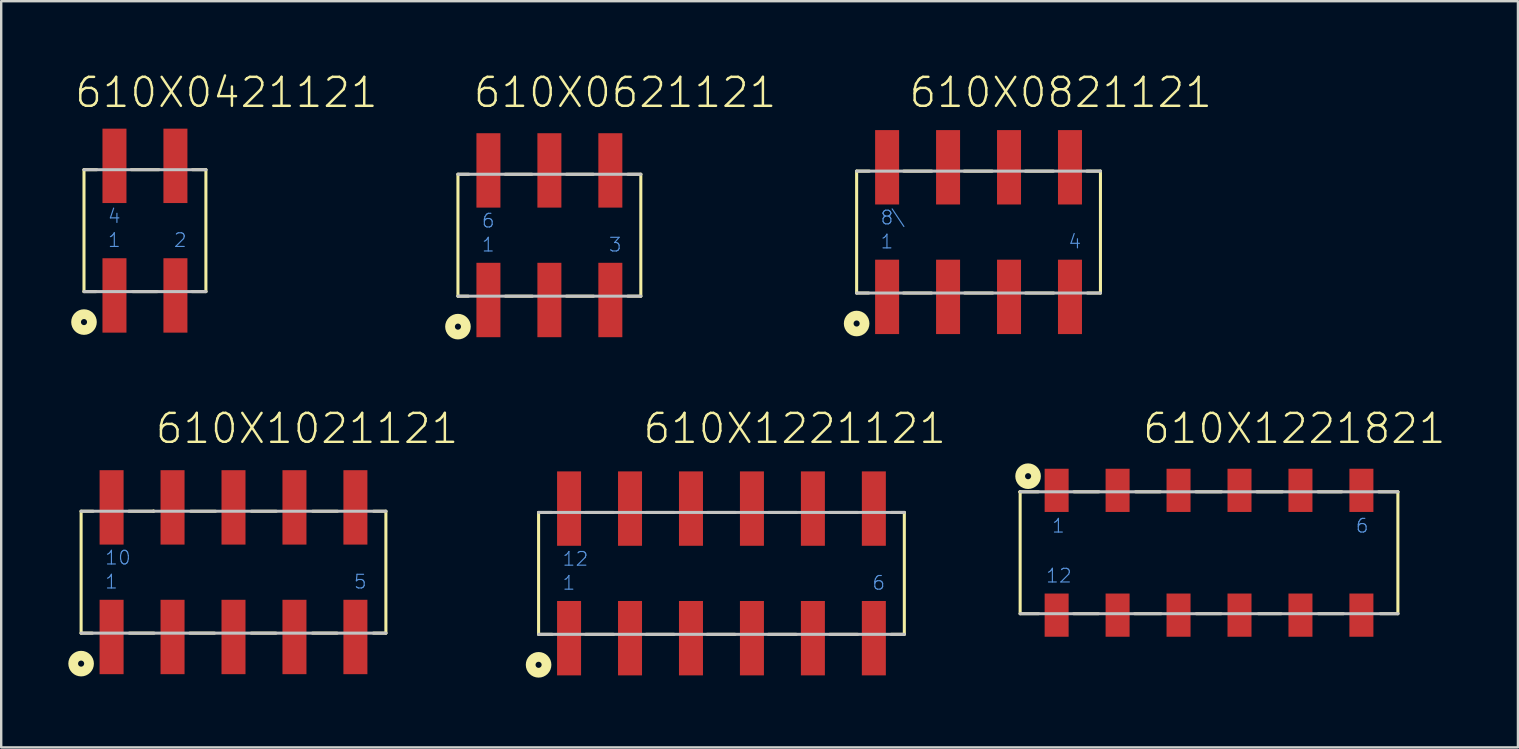
<source format=kicad_pcb>
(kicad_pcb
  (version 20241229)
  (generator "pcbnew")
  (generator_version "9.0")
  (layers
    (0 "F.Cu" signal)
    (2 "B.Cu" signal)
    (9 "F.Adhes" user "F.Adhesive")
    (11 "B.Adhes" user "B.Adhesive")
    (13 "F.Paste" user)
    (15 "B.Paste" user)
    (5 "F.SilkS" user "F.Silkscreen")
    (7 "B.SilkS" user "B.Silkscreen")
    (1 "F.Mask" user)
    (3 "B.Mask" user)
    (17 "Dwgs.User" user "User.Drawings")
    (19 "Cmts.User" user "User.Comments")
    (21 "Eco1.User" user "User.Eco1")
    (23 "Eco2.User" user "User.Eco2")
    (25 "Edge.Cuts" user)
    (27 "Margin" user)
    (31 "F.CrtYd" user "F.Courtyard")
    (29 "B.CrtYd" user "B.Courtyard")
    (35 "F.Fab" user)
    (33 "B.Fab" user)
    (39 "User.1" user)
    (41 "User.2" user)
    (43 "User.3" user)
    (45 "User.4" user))
  (footprint "610X1021121"
    (layer "F.Cu")
    (at 6.68 20.793)
    (property "Reference" "610X1021121" (at -3.32 -5.28 0) (layer "F.SilkS") (effects (font (size 1.206 1.206) (thickness 0.102)) (justify left bottom)))
    (attr through_hole)
    (fp_line (start -6.35 -2.54) (end -6.35 2.54) (stroke (width 0.127) (type solid)) (layer "F.SilkS"))
    (fp_line (start -5.88 2.54) (end -6.35 2.54) (stroke (width 0.127) (type solid)) (layer "F.SilkS"))
    (fp_line (start -5.85 -2.54) (end -6.35 -2.54) (stroke (width 0.127) (type solid)) (layer "F.SilkS"))
    (fp_line (start -4.36 -2.54) (end -3.33 -2.54) (stroke (width 0.127) (type solid)) (layer "F.SilkS"))
    (fp_line (start -4.34 2.54) (end -3.31 2.54) (stroke (width 0.127) (type solid)) (layer "F.SilkS"))
    (fp_line (start -3.33 -2.54) (end -3.33 -2.55) (stroke (width 0.127) (type solid)) (layer "F.SilkS"))
    (fp_line (start -1.82 2.54) (end -0.79 2.54) (stroke (width 0.127) (type solid)) (layer "F.SilkS"))
    (fp_line (start -1.78 -2.54) (end -0.75 -2.54) (stroke (width 0.127) (type solid)) (layer "F.SilkS"))
    (fp_line (start 0.74 2.54) (end 1.77 2.54) (stroke (width 0.127) (type solid)) (layer "F.SilkS"))
    (fp_line (start 0.75 -2.54) (end 1.78 -2.54) (stroke (width 0.127) (type solid)) (layer "F.SilkS"))
    (fp_line (start 3.29 2.54) (end 4.32 2.54) (stroke (width 0.127) (type solid)) (layer "F.SilkS"))
    (fp_line (start 3.3 -2.54) (end 4.33 -2.54) (stroke (width 0.127) (type solid)) (layer "F.SilkS"))
    (fp_line (start 5.83 2.54) (end 6.35 2.54) (stroke (width 0.127) (type solid)) (layer "F.SilkS"))
    (fp_line (start 5.84 -2.54) (end 6.35 -2.54) (stroke (width 0.127) (type solid)) (layer "F.SilkS"))
    (fp_line (start 6.35 -2.54) (end 6.35 2.54) (stroke (width 0.127) (type solid)) (layer "F.SilkS"))
    (fp_circle (center -6.35 3.81) (end -6.223 3.81) (stroke (width 0.406) (type solid)) (fill no) (layer "F.SilkS"))
    (fp_line (start -6.35 2.54) (end 6.35 2.54) (stroke (width 0.127) (type solid)) (layer "Dwgs.User"))
    (fp_line (start 6.35 -2.54) (end -6.35 -2.54) (stroke (width 0.127) (type solid)) (layer "Dwgs.User"))
    (fp_text user "5" (at 4.98 0.73 0) (layer "Cmts.User") (effects (font (size 0.57 0.57) (thickness 0.048)) (justify left bottom)))
    (fp_text user "10" (at -5.39 -0.27 0) (layer "Cmts.User") (effects (font (size 0.57 0.57) (thickness 0.048)) (justify left bottom)))
    (fp_text user "1" (at -5.39 0.73 0) (layer "Cmts.User") (effects (font (size 0.57 0.57) (thickness 0.048)) (justify left bottom)))
    (pad "1" smd rect (at -5.08 2.7 90) (size 3.1 1) (layers "F.Cu" "F.Mask" "F.Paste"))
    (pad "2" smd rect (at -2.54 2.7 90) (size 3.1 1) (layers "F.Cu" "F.Mask" "F.Paste"))
    (pad "3" smd rect (at 0 2.7 90) (size 3.1 1) (layers "F.Cu" "F.Mask" "F.Paste"))
    (pad "4" smd rect (at 2.54 2.7 90) (size 3.1 1) (layers "F.Cu" "F.Mask" "F.Paste"))
    (pad "5" smd rect (at 5.08 2.7 90) (size 3.1 1) (layers "F.Cu" "F.Mask" "F.Paste"))
    (pad "6" smd rect (at 5.08 -2.7 90) (size 3.1 1) (layers "F.Cu" "F.Mask" "F.Paste"))
    (pad "7" smd rect (at 2.54 -2.7 90) (size 3.1 1) (layers "F.Cu" "F.Mask" "F.Paste"))
    (pad "8" smd rect (at 0 -2.7 90) (size 3.1 1) (layers "F.Cu" "F.Mask" "F.Paste"))
    (pad "9" smd rect (at -2.54 -2.7 90) (size 3.1 1) (layers "F.Cu" "F.Mask" "F.Paste"))
    (pad "10" smd rect (at -5.08 -2.7 90) (size 3.1 1) (layers "F.Cu" "F.Mask" "F.Paste")))
  (footprint "610X0621121"
    (layer "F.Cu")
    (at 19.843 6.751)
    (property "Reference" "610X0621121" (at -3.23 -5.24 0) (layer "F.SilkS") (effects (font (size 1.206 1.206) (thickness 0.102)) (justify left bottom)))
    (attr through_hole)
    (fp_line (start -3.81 -2.54) (end -3.81 2.54) (stroke (width 0.127) (type solid)) (layer "F.SilkS"))
    (fp_line (start -3.38 2.54) (end -3.81 2.54) (stroke (width 0.127) (type solid)) (layer "F.SilkS"))
    (fp_line (start -3.36 -2.54) (end -3.81 -2.54) (stroke (width 0.127) (type solid)) (layer "F.SilkS"))
    (fp_line (start -1.84 -2.54) (end -0.73 -2.54) (stroke (width 0.127) (type solid)) (layer "F.SilkS"))
    (fp_line (start -1.83 2.54) (end -0.71 2.54) (stroke (width 0.127) (type solid)) (layer "F.SilkS"))
    (fp_line (start 0.71 -2.54) (end 1.83 -2.54) (stroke (width 0.127) (type solid)) (layer "F.SilkS"))
    (fp_line (start 0.71 2.54) (end 1.84 2.54) (stroke (width 0.127) (type solid)) (layer "F.SilkS"))
    (fp_line (start 3.27 -2.54) (end 3.81 -2.54) (stroke (width 0.127) (type solid)) (layer "F.SilkS"))
    (fp_line (start 3.27 2.54) (end 3.81 2.54) (stroke (width 0.127) (type solid)) (layer "F.SilkS"))
    (fp_line (start 3.81 2.54) (end 3.81 -2.54) (stroke (width 0.127) (type solid)) (layer "F.SilkS"))
    (fp_circle (center -3.81 3.81) (end -3.683 3.81) (stroke (width 0.406) (type solid)) (fill no) (layer "F.SilkS"))
    (fp_line (start -3.81 2.54) (end 3.81 2.54) (stroke (width 0.127) (type solid)) (layer "Dwgs.User"))
    (fp_line (start 3.81 -2.54) (end -3.81 -2.54) (stroke (width 0.127) (type solid)) (layer "Dwgs.User"))
    (fp_text user "6" (at -2.85 -0.27 0) (layer "Cmts.User") (effects (font (size 0.57 0.57) (thickness 0.048)) (justify left bottom)))
    (fp_text user "3" (at 2.44 0.73 0) (layer "Cmts.User") (effects (font (size 0.57 0.57) (thickness 0.048)) (justify left bottom)))
    (fp_text user "1" (at -2.85 0.73 0) (layer "Cmts.User") (effects (font (size 0.57 0.57) (thickness 0.048)) (justify left bottom)))
    (pad "1" smd rect (at -2.54 2.7 90) (size 3.1 1) (layers "F.Cu" "F.Mask" "F.Paste"))
    (pad "2" smd rect (at 0 2.7 90) (size 3.1 1) (layers "F.Cu" "F.Mask" "F.Paste"))
    (pad "3" smd rect (at 2.54 2.7 90) (size 3.1 1) (layers "F.Cu" "F.Mask" "F.Paste"))
    (pad "4" smd rect (at 2.54 -2.7 90) (size 3.1 1) (layers "F.Cu" "F.Mask" "F.Paste"))
    (pad "5" smd rect (at 0 -2.7 90) (size 3.1 1) (layers "F.Cu" "F.Mask" "F.Paste"))
    (pad "6" smd rect (at -2.54 -2.7 90) (size 3.1 1) (layers "F.Cu" "F.Mask" "F.Paste")))
  (footprint "610X1221121"
    (layer "F.Cu")
    (at 27.013 20.843)
    (property "Reference" "610X1221121" (at -3.33 -5.33 0) (layer "F.SilkS") (effects (font (size 1.206 1.206) (thickness 0.102)) (justify left bottom)))
    (attr through_hole)
    (fp_line (start -7.62 -2.54) (end -7.62 2.54) (stroke (width 0.127) (type solid)) (layer "F.SilkS"))
    (fp_line (start -7.08 -2.54) (end -7.62 -2.54) (stroke (width 0.127) (type solid)) (layer "F.SilkS"))
    (fp_line (start -7.05 2.54) (end -7.62 2.54) (stroke (width 0.127) (type solid)) (layer "F.SilkS"))
    (fp_line (start -5.67 -2.54) (end -4.5 -2.54) (stroke (width 0.127) (type solid)) (layer "F.SilkS"))
    (fp_line (start -5.66 2.54) (end -4.49 2.54) (stroke (width 0.127) (type solid)) (layer "F.SilkS"))
    (fp_line (start -3.14 -2.54) (end -1.97 -2.54) (stroke (width 0.127) (type solid)) (layer "F.SilkS"))
    (fp_line (start -3.14 2.54) (end -1.97 2.54) (stroke (width 0.127) (type solid)) (layer "F.SilkS"))
    (fp_line (start -0.6 2.54) (end 0.57 2.54) (stroke (width 0.127) (type solid)) (layer "F.SilkS"))
    (fp_line (start -0.59 -2.54) (end 0.58 -2.54) (stroke (width 0.127) (type solid)) (layer "F.SilkS"))
    (fp_line (start 1.95 2.54) (end 3.12 2.54) (stroke (width 0.127) (type solid)) (layer "F.SilkS"))
    (fp_line (start 1.96 -2.54) (end 3.13 -2.54) (stroke (width 0.127) (type solid)) (layer "F.SilkS"))
    (fp_line (start 4.5 -2.54) (end 5.67 -2.54) (stroke (width 0.127) (type solid)) (layer "F.SilkS"))
    (fp_line (start 4.51 2.54) (end 5.68 2.54) (stroke (width 0.127) (type solid)) (layer "F.SilkS"))
    (fp_line (start 7.07 2.54) (end 7.62 2.54) (stroke (width 0.127) (type solid)) (layer "F.SilkS"))
    (fp_line (start 7.08 -2.54) (end 7.62 -2.54) (stroke (width 0.127) (type solid)) (layer "F.SilkS"))
    (fp_line (start 7.62 -2.54) (end 7.62 2.54) (stroke (width 0.127) (type solid)) (layer "F.SilkS"))
    (fp_circle (center -7.62 3.81) (end -7.493 3.81) (stroke (width 0.406) (type solid)) (fill no) (layer "F.SilkS"))
    (fp_line (start -7.62 2.54) (end 7.62 2.54) (stroke (width 0.127) (type solid)) (layer "Dwgs.User"))
    (fp_line (start 7.62 -2.54) (end -7.62 -2.54) (stroke (width 0.127) (type solid)) (layer "Dwgs.User"))
    (fp_text user "1" (at -6.66 0.73 0) (layer "Cmts.User") (effects (font (size 0.57 0.57) (thickness 0.048)) (justify left bottom)))
    (fp_text user "12" (at -6.66 -0.27 0) (layer "Cmts.User") (effects (font (size 0.57 0.57) (thickness 0.048)) (justify left bottom)))
    (fp_text user "6" (at 6.25 0.73 0) (layer "Cmts.User") (effects (font (size 0.57 0.57) (thickness 0.048)) (justify left bottom)))
    (pad "1" smd rect (at -6.35 2.7 90) (size 3.1 1) (layers "F.Cu" "F.Mask" "F.Paste"))
    (pad "2" smd rect (at -3.81 2.7 90) (size 3.1 1) (layers "F.Cu" "F.Mask" "F.Paste"))
    (pad "3" smd rect (at -1.27 2.7 90) (size 3.1 1) (layers "F.Cu" "F.Mask" "F.Paste"))
    (pad "4" smd rect (at 1.27 2.7 90) (size 3.1 1) (layers "F.Cu" "F.Mask" "F.Paste"))
    (pad "5" smd rect (at 3.81 2.7 90) (size 3.1 1) (layers "F.Cu" "F.Mask" "F.Paste"))
    (pad "6" smd rect (at 6.35 2.7 90) (size 3.1 1) (layers "F.Cu" "F.Mask" "F.Paste"))
    (pad "7" smd rect (at 6.35 -2.7 90) (size 3.1 1) (layers "F.Cu" "F.Mask" "F.Paste"))
    (pad "8" smd rect (at 3.81 -2.7 90) (size 3.1 1) (layers "F.Cu" "F.Mask" "F.Paste"))
    (pad "9" smd rect (at 1.27 -2.7 90) (size 3.1 1) (layers "F.Cu" "F.Mask" "F.Paste"))
    (pad "10" smd rect (at -1.27 -2.7 90) (size 3.1 1) (layers "F.Cu" "F.Mask" "F.Paste"))
    (pad "11" smd rect (at -3.81 -2.7 90) (size 3.1 1) (layers "F.Cu" "F.Mask" "F.Paste"))
    (pad "12" smd rect (at -6.35 -2.7 90) (size 3.1 1) (layers "F.Cu" "F.Mask" "F.Paste")))
  (footprint "610X0821121"
    (layer "F.Cu")
    (at 37.726 6.621)
    (property "Reference" "610X0821121" (at -2.96 -5.11 0) (layer "F.SilkS") (effects (font (size 1.206 1.206) (thickness 0.102)) (justify left bottom)))
    (attr through_hole)
    (fp_line (start -5.08 -2.54) (end -5.08 2.54) (stroke (width 0.127) (type solid)) (layer "F.SilkS"))
    (fp_line (start -4.58 2.54) (end -5.08 2.54) (stroke (width 0.127) (type solid)) (layer "F.SilkS"))
    (fp_line (start -4.55 -2.54) (end -5.08 -2.54) (stroke (width 0.127) (type solid)) (layer "F.SilkS"))
    (fp_line (start -3.13 2.54) (end -1.96 2.54) (stroke (width 0.127) (type solid)) (layer "F.SilkS"))
    (fp_line (start -3.12 -2.54) (end -1.95 -2.54) (stroke (width 0.127) (type solid)) (layer "F.SilkS"))
    (fp_line (start -0.6 -2.54) (end 0.57 -2.54) (stroke (width 0.127) (type solid)) (layer "F.SilkS"))
    (fp_line (start -0.58 2.54) (end 0.59 2.54) (stroke (width 0.127) (type solid)) (layer "F.SilkS"))
    (fp_line (start 1.95 -2.54) (end 3.12 -2.54) (stroke (width 0.127) (type solid)) (layer "F.SilkS"))
    (fp_line (start 1.96 2.54) (end 3.13 2.54) (stroke (width 0.127) (type solid)) (layer "F.SilkS"))
    (fp_line (start 4.51 -2.54) (end 5.08 -2.54) (stroke (width 0.127) (type solid)) (layer "F.SilkS"))
    (fp_line (start 4.54 2.54) (end 5.08 2.54) (stroke (width 0.127) (type solid)) (layer "F.SilkS"))
    (fp_line (start 5.08 -2.54) (end 5.08 2.54) (stroke (width 0.127) (type solid)) (layer "F.SilkS"))
    (fp_circle (center -5.08 3.81) (end -4.953 3.81) (stroke (width 0.406) (type solid)) (fill no) (layer "F.SilkS"))
    (fp_line (start -5.08 2.54) (end 5.08 2.54) (stroke (width 0.127) (type solid)) (layer "Dwgs.User"))
    (fp_line (start 5.08 -2.54) (end -5.08 -2.54) (stroke (width 0.127) (type solid)) (layer "Dwgs.User"))
    (fp_text user "1" (at -4.12 0.73 0) (layer "Cmts.User") (effects (font (size 0.57 0.57) (thickness 0.048)) (justify left bottom)))
    (fp_text user "4" (at 3.71 0.73 0) (layer "Cmts.User") (effects (font (size 0.57 0.57) (thickness 0.048)) (justify left bottom)))
    (fp_text user "8\\" (at -4.12 -0.27 0) (layer "Cmts.User") (effects (font (size 0.57 0.57) (thickness 0.048)) (justify left bottom)))
    (pad "1" smd rect (at -3.81 2.7 90) (size 3.1 1) (layers "F.Cu" "F.Mask" "F.Paste"))
    (pad "2" smd rect (at -1.27 2.7 90) (size 3.1 1) (layers "F.Cu" "F.Mask" "F.Paste"))
    (pad "3" smd rect (at 1.27 2.7 90) (size 3.1 1) (layers "F.Cu" "F.Mask" "F.Paste"))
    (pad "4" smd rect (at 3.81 2.7 90) (size 3.1 1) (layers "F.Cu" "F.Mask" "F.Paste"))
    (pad "5" smd rect (at 3.81 -2.7 90) (size 3.1 1) (layers "F.Cu" "F.Mask" "F.Paste"))
    (pad "6" smd rect (at 1.27 -2.7 90) (size 3.1 1) (layers "F.Cu" "F.Mask" "F.Paste"))
    (pad "7" smd rect (at -1.27 -2.7 90) (size 3.1 1) (layers "F.Cu" "F.Mask" "F.Paste"))
    (pad "8" smd rect (at -3.81 -2.7 90) (size 3.1 1) (layers "F.Cu" "F.Mask" "F.Paste")))
  (footprint "610X1221821"
    (layer "F.Cu")
    (at 47.33 19.983)
    (property "Reference" "610X1221821" (at -2.83 -4.47 0) (layer "F.SilkS") (effects (font (size 1.206 1.206) (thickness 0.102)) (justify left bottom)))
    (attr through_hole)
    (fp_line (start -7.88 -2.54) (end -7.88 -2.53) (stroke (width 0.127) (type solid)) (layer "F.SilkS"))
    (fp_line (start -7.87 -2.54) (end -7.87 2.54) (stroke (width 0.127) (type solid)) (layer "F.SilkS"))
    (fp_line (start -7.11 -2.54) (end -7.88 -2.54) (stroke (width 0.127) (type solid)) (layer "F.SilkS"))
    (fp_line (start -7.1 2.54) (end -7.87 2.54) (stroke (width 0.127) (type solid)) (layer "F.SilkS"))
    (fp_line (start -5.64 2.54) (end -4.61 2.54) (stroke (width 0.127) (type solid)) (layer "F.SilkS"))
    (fp_line (start -5.63 -2.54) (end -4.59 -2.54) (stroke (width 0.127) (type solid)) (layer "F.SilkS"))
    (fp_line (start -3.1 2.54) (end -2 2.54) (stroke (width 0.127) (type solid)) (layer "F.SilkS"))
    (fp_line (start -3.06 -2.54) (end -2.03 -2.54) (stroke (width 0.127) (type solid)) (layer "F.SilkS"))
    (fp_line (start -0.55 -2.54) (end 0.52 -2.54) (stroke (width 0.127) (type solid)) (layer "F.SilkS"))
    (fp_line (start -0.53 2.54) (end 0.5 2.54) (stroke (width 0.127) (type solid)) (layer "F.SilkS"))
    (fp_line (start 1.99 -2.54) (end 3.06 -2.54) (stroke (width 0.127) (type solid)) (layer "F.SilkS"))
    (fp_line (start 2.06 2.54) (end 3 2.54) (stroke (width 0.127) (type solid)) (layer "F.SilkS"))
    (fp_line (start 4.54 -2.54) (end 5.53 -2.54) (stroke (width 0.127) (type solid)) (layer "F.SilkS"))
    (fp_line (start 4.56 2.54) (end 5.6 2.54) (stroke (width 0.127) (type solid)) (layer "F.SilkS"))
    (fp_line (start 7.07 -2.54) (end 7.87 -2.54) (stroke (width 0.127) (type solid)) (layer "F.SilkS"))
    (fp_line (start 7.14 2.54) (end 7.87 2.54) (stroke (width 0.127) (type solid)) (layer "F.SilkS"))
    (fp_line (start 7.87 2.54) (end 7.87 -2.54) (stroke (width 0.127) (type solid)) (layer "F.SilkS"))
    (fp_circle (center -7.54 -3.19) (end -7.413 -3.19) (stroke (width 0.406) (type solid)) (fill no) (layer "F.SilkS"))
    (fp_line (start -7.87 2.54) (end 7.87 2.54) (stroke (width 0.127) (type solid)) (layer "Dwgs.User"))
    (fp_line (start 7.87 -2.54) (end -7.87 -2.54) (stroke (width 0.127) (type solid)) (layer "Dwgs.User"))
    (fp_text user "12" (at -6.83 1.29 0) (layer "Cmts.User") (effects (font (size 0.57 0.57) (thickness 0.048)) (justify left bottom)))
    (fp_text user "1" (at -6.58 -0.79 0) (layer "Cmts.User") (effects (font (size 0.57 0.57) (thickness 0.048)) (justify left bottom)))
    (fp_text user "6" (at 6.08 -0.79 0) (layer "Cmts.User") (effects (font (size 0.57 0.57) (thickness 0.048)) (justify left bottom)))
    (pad "1" smd rect (at -6.35 -2.6) (size 1 1.8) (layers "F.Cu" "F.Mask" "F.Paste"))
    (pad "2" smd rect (at -3.81 -2.6) (size 1 1.8) (layers "F.Cu" "F.Mask" "F.Paste"))
    (pad "3" smd rect (at -1.27 -2.6) (size 1 1.8) (layers "F.Cu" "F.Mask" "F.Paste"))
    (pad "4" smd rect (at 1.27 -2.6) (size 1 1.8) (layers "F.Cu" "F.Mask" "F.Paste"))
    (pad "5" smd rect (at 3.81 -2.6) (size 1 1.8) (layers "F.Cu" "F.Mask" "F.Paste"))
    (pad "6" smd rect (at 6.35 -2.6) (size 1 1.8) (layers "F.Cu" "F.Mask" "F.Paste"))
    (pad "7" smd rect (at 6.35 2.6) (size 1 1.8) (layers "F.Cu" "F.Mask" "F.Paste"))
    (pad "8" smd rect (at 3.81 2.6) (size 1 1.8) (layers "F.Cu" "F.Mask" "F.Paste"))
    (pad "9" smd rect (at 1.27 2.6) (size 1 1.8) (layers "F.Cu" "F.Mask" "F.Paste"))
    (pad "10" smd rect (at -1.27 2.6) (size 1 1.8) (layers "F.Cu" "F.Mask" "F.Paste"))
    (pad "11" smd rect (at -3.81 2.6) (size 1 1.8) (layers "F.Cu" "F.Mask" "F.Paste"))
    (pad "12" smd rect (at -6.35 2.6) (size 1 1.8) (layers "F.Cu" "F.Mask" "F.Paste")))
  (footprint "610X0421121"
    (layer "F.Cu")
    (at 2.99 6.561)
    (property "Reference" "610X0421121" (at -2.99 -5.05 0) (layer "F.SilkS") (effects (font (size 1.206 1.206) (thickness 0.102)) (justify left bottom)))
    (attr through_hole)
    (fp_line (start -2.54 -2.54) (end -2.54 2.54) (stroke (width 0.127) (type solid)) (layer "F.SilkS"))
    (fp_line (start -2.04 2.54) (end -2.54 2.54) (stroke (width 0.127) (type solid)) (layer "F.SilkS"))
    (fp_line (start -2.01 -2.54) (end -2.54 -2.54) (stroke (width 0.127) (type solid)) (layer "F.SilkS"))
    (fp_line (start -0.57 -2.54) (end 0.58 -2.54) (stroke (width 0.127) (type solid)) (layer "F.SilkS"))
    (fp_line (start -0.51 2.54) (end 0.51 2.54) (stroke (width 0.127) (type solid)) (layer "F.SilkS"))
    (fp_line (start 1.96 2.54) (end 2.54 2.54) (stroke (width 0.127) (type solid)) (layer "F.SilkS"))
    (fp_line (start 1.98 -2.54) (end 2.54 -2.54) (stroke (width 0.127) (type solid)) (layer "F.SilkS"))
    (fp_line (start 2.54 2.54) (end 2.54 -2.54) (stroke (width 0.127) (type solid)) (layer "F.SilkS"))
    (fp_circle (center -2.54 3.81) (end -2.413 3.81) (stroke (width 0.406) (type solid)) (fill no) (layer "F.SilkS"))
    (fp_line (start -2.54 2.54) (end 2.54 2.54) (stroke (width 0.127) (type solid)) (layer "Dwgs.User"))
    (fp_line (start 2.54 -2.54) (end -2.54 -2.54) (stroke (width 0.127) (type solid)) (layer "Dwgs.User"))
    (fp_text user "1" (at -1.58 0.73 0) (layer "Cmts.User") (effects (font (size 0.57 0.57) (thickness 0.048)) (justify left bottom)))
    (fp_text user "2" (at 1.17 0.73 0) (layer "Cmts.User") (effects (font (size 0.57 0.57) (thickness 0.048)) (justify left bottom)))
    (fp_text user "4" (at -1.58 -0.27 0) (layer "Cmts.User") (effects (font (size 0.57 0.57) (thickness 0.048)) (justify left bottom)))
    (pad "1" smd rect (at -1.27 2.7 90) (size 3.1 1) (layers "F.Cu" "F.Mask" "F.Paste"))
    (pad "2" smd rect (at 1.27 2.7 90) (size 3.1 1) (layers "F.Cu" "F.Mask" "F.Paste"))
    (pad "3" smd rect (at 1.27 -2.7 90) (size 3.1 1) (layers "F.Cu" "F.Mask" "F.Paste"))
    (pad "4" smd rect (at -1.27 -2.7 90) (size 3.1 1) (layers "F.Cu" "F.Mask" "F.Paste")))
  (gr_rect
    (start -3 -3)
    (end 60.203 28.093)
    (stroke (width 0.1) (type default))
    (fill no)
    (layer "Edge.Cuts")))
</source>
